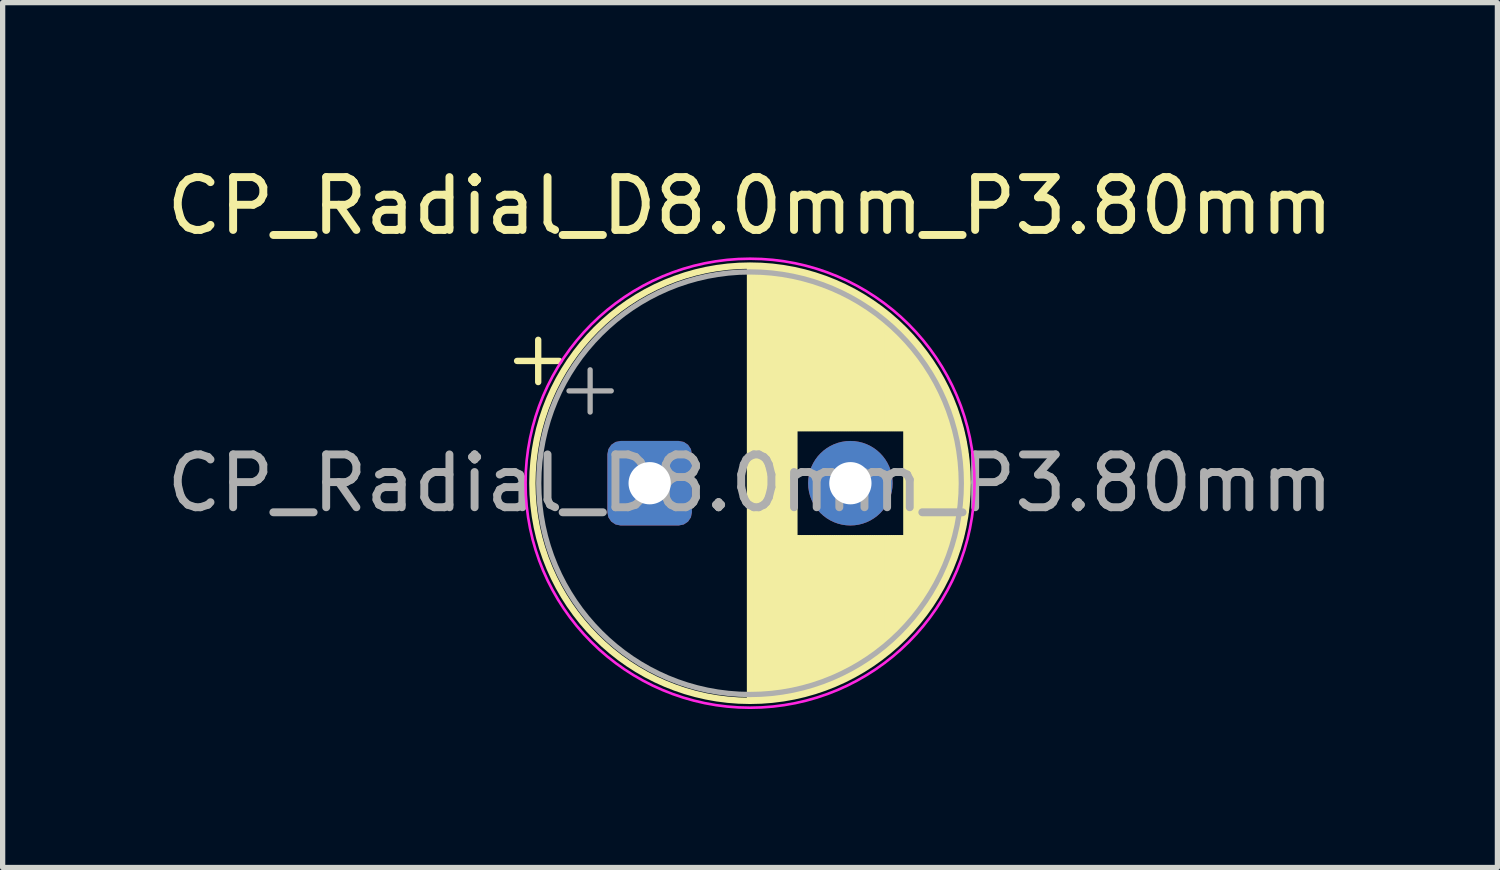
<source format=kicad_pcb>
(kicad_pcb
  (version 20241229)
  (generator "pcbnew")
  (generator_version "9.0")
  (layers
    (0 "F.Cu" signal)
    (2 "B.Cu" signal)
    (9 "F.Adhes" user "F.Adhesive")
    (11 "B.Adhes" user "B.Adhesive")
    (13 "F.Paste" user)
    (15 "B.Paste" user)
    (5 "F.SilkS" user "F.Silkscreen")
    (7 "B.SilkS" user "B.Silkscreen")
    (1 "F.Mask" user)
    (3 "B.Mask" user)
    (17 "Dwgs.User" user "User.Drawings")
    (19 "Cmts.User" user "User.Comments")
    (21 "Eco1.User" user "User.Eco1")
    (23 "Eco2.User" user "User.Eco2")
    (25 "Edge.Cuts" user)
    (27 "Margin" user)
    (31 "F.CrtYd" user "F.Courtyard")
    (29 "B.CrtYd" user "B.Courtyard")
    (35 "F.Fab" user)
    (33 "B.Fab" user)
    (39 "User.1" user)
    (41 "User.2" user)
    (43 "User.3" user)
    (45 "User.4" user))
  (footprint "CP_Radial_D8.0mm_P3.80mm"
    (layer "F.Cu")
    (at 9.249 6.098)
    (property "Reference" "CP_Radial_D8.0mm_P3.80mm" (at 1.9 -5.25 0) (layer "F.SilkS") (effects (font (size 1 1) (thickness 0.15))))
    (attr through_hole)
    (fp_line (start -2.51 -2.315) (end -1.71 -2.315) (stroke (width 0.12) (type solid)) (layer "F.SilkS"))
    (fp_line (start -2.11 -2.715) (end -2.11 -1.915) (stroke (width 0.12) (type solid)) (layer "F.SilkS"))
    (fp_line (start 1.9 -4.08) (end 1.9 4.08) (stroke (width 0.12) (type solid)) (layer "F.SilkS"))
    (fp_line (start 1.94 -4.08) (end 1.94 4.08) (stroke (width 0.12) (type solid)) (layer "F.SilkS"))
    (fp_line (start 1.98 -4.079) (end 1.98 4.079) (stroke (width 0.12) (type solid)) (layer "F.SilkS"))
    (fp_line (start 2.02 -4.078) (end 2.02 4.078) (stroke (width 0.12) (type solid)) (layer "F.SilkS"))
    (fp_line (start 2.06 -4.077) (end 2.06 4.077) (stroke (width 0.12) (type solid)) (layer "F.SilkS"))
    (fp_line (start 2.1 -4.075) (end 2.1 4.075) (stroke (width 0.12) (type solid)) (layer "F.SilkS"))
    (fp_line (start 2.14 -4.073) (end 2.14 4.073) (stroke (width 0.12) (type solid)) (layer "F.SilkS"))
    (fp_line (start 2.18 -4.07) (end 2.18 4.07) (stroke (width 0.12) (type solid)) (layer "F.SilkS"))
    (fp_line (start 2.22 -4.068) (end 2.22 4.068) (stroke (width 0.12) (type solid)) (layer "F.SilkS"))
    (fp_line (start 2.26 -4.064) (end 2.26 4.064) (stroke (width 0.12) (type solid)) (layer "F.SilkS"))
    (fp_line (start 2.3 -4.061) (end 2.3 4.061) (stroke (width 0.12) (type solid)) (layer "F.SilkS"))
    (fp_line (start 2.34 -4.056) (end 2.34 4.056) (stroke (width 0.12) (type solid)) (layer "F.SilkS"))
    (fp_line (start 2.38 -4.052) (end 2.38 4.052) (stroke (width 0.12) (type solid)) (layer "F.SilkS"))
    (fp_line (start 2.42 -4.047) (end 2.42 4.047) (stroke (width 0.12) (type solid)) (layer "F.SilkS"))
    (fp_line (start 2.46 -4.042) (end 2.46 4.042) (stroke (width 0.12) (type solid)) (layer "F.SilkS"))
    (fp_line (start 2.5 -4.036) (end 2.5 4.036) (stroke (width 0.12) (type solid)) (layer "F.SilkS"))
    (fp_line (start 2.54 -4.03) (end 2.54 4.03) (stroke (width 0.12) (type solid)) (layer "F.SilkS"))
    (fp_line (start 2.58 -4.023) (end 2.58 4.023) (stroke (width 0.12) (type solid)) (layer "F.SilkS"))
    (fp_line (start 2.62 -4.017) (end 2.62 4.017) (stroke (width 0.12) (type solid)) (layer "F.SilkS"))
    (fp_line (start 2.66 -4.009) (end 2.66 4.009) (stroke (width 0.12) (type solid)) (layer "F.SilkS"))
    (fp_line (start 2.7 -4.002) (end 2.7 4.002) (stroke (width 0.12) (type solid)) (layer "F.SilkS"))
    (fp_line (start 2.74 -3.993) (end 2.74 3.993) (stroke (width 0.12) (type solid)) (layer "F.SilkS"))
    (fp_line (start 2.78 -3.985) (end 2.78 -1.04) (stroke (width 0.12) (type solid)) (layer "F.SilkS"))
    (fp_line (start 2.78 1.04) (end 2.78 3.985) (stroke (width 0.12) (type solid)) (layer "F.SilkS"))
    (fp_line (start 2.82 -3.976) (end 2.82 -1.04) (stroke (width 0.12) (type solid)) (layer "F.SilkS"))
    (fp_line (start 2.82 1.04) (end 2.82 3.976) (stroke (width 0.12) (type solid)) (layer "F.SilkS"))
    (fp_line (start 2.86 -3.967) (end 2.86 -1.04) (stroke (width 0.12) (type solid)) (layer "F.SilkS"))
    (fp_line (start 2.86 1.04) (end 2.86 3.967) (stroke (width 0.12) (type solid)) (layer "F.SilkS"))
    (fp_line (start 2.9 -3.957) (end 2.9 -1.04) (stroke (width 0.12) (type solid)) (layer "F.SilkS"))
    (fp_line (start 2.9 1.04) (end 2.9 3.957) (stroke (width 0.12) (type solid)) (layer "F.SilkS"))
    (fp_line (start 2.94 -3.947) (end 2.94 -1.04) (stroke (width 0.12) (type solid)) (layer "F.SilkS"))
    (fp_line (start 2.94 1.04) (end 2.94 3.947) (stroke (width 0.12) (type solid)) (layer "F.SilkS"))
    (fp_line (start 2.98 -3.936) (end 2.98 -1.04) (stroke (width 0.12) (type solid)) (layer "F.SilkS"))
    (fp_line (start 2.98 1.04) (end 2.98 3.936) (stroke (width 0.12) (type solid)) (layer "F.SilkS"))
    (fp_line (start 3.02 -3.925) (end 3.02 -1.04) (stroke (width 0.12) (type solid)) (layer "F.SilkS"))
    (fp_line (start 3.02 1.04) (end 3.02 3.925) (stroke (width 0.12) (type solid)) (layer "F.SilkS"))
    (fp_line (start 3.06 -3.913) (end 3.06 -1.04) (stroke (width 0.12) (type solid)) (layer "F.SilkS"))
    (fp_line (start 3.06 1.04) (end 3.06 3.913) (stroke (width 0.12) (type solid)) (layer "F.SilkS"))
    (fp_line (start 3.1 -3.901) (end 3.1 -1.04) (stroke (width 0.12) (type solid)) (layer "F.SilkS"))
    (fp_line (start 3.1 1.04) (end 3.1 3.901) (stroke (width 0.12) (type solid)) (layer "F.SilkS"))
    (fp_line (start 3.14 -3.889) (end 3.14 -1.04) (stroke (width 0.12) (type solid)) (layer "F.SilkS"))
    (fp_line (start 3.14 1.04) (end 3.14 3.889) (stroke (width 0.12) (type solid)) (layer "F.SilkS"))
    (fp_line (start 3.18 -3.876) (end 3.18 -1.04) (stroke (width 0.12) (type solid)) (layer "F.SilkS"))
    (fp_line (start 3.18 1.04) (end 3.18 3.876) (stroke (width 0.12) (type solid)) (layer "F.SilkS"))
    (fp_line (start 3.22 -3.863) (end 3.22 -1.04) (stroke (width 0.12) (type solid)) (layer "F.SilkS"))
    (fp_line (start 3.22 1.04) (end 3.22 3.863) (stroke (width 0.12) (type solid)) (layer "F.SilkS"))
    (fp_line (start 3.26 -3.849) (end 3.26 -1.04) (stroke (width 0.12) (type solid)) (layer "F.SilkS"))
    (fp_line (start 3.26 1.04) (end 3.26 3.849) (stroke (width 0.12) (type solid)) (layer "F.SilkS"))
    (fp_line (start 3.3 -3.835) (end 3.3 -1.04) (stroke (width 0.12) (type solid)) (layer "F.SilkS"))
    (fp_line (start 3.3 1.04) (end 3.3 3.835) (stroke (width 0.12) (type solid)) (layer "F.SilkS"))
    (fp_line (start 3.34 -3.82) (end 3.34 -1.04) (stroke (width 0.12) (type solid)) (layer "F.SilkS"))
    (fp_line (start 3.34 1.04) (end 3.34 3.82) (stroke (width 0.12) (type solid)) (layer "F.SilkS"))
    (fp_line (start 3.38 -3.805) (end 3.38 -1.04) (stroke (width 0.12) (type solid)) (layer "F.SilkS"))
    (fp_line (start 3.38 1.04) (end 3.38 3.805) (stroke (width 0.12) (type solid)) (layer "F.SilkS"))
    (fp_line (start 3.42 -3.789) (end 3.42 -1.04) (stroke (width 0.12) (type solid)) (layer "F.SilkS"))
    (fp_line (start 3.42 1.04) (end 3.42 3.789) (stroke (width 0.12) (type solid)) (layer "F.SilkS"))
    (fp_line (start 3.46 -3.773) (end 3.46 -1.04) (stroke (width 0.12) (type solid)) (layer "F.SilkS"))
    (fp_line (start 3.46 1.04) (end 3.46 3.773) (stroke (width 0.12) (type solid)) (layer "F.SilkS"))
    (fp_line (start 3.5 -3.757) (end 3.5 -1.04) (stroke (width 0.12) (type solid)) (layer "F.SilkS"))
    (fp_line (start 3.5 1.04) (end 3.5 3.757) (stroke (width 0.12) (type solid)) (layer "F.SilkS"))
    (fp_line (start 3.54 -3.74) (end 3.54 -1.04) (stroke (width 0.12) (type solid)) (layer "F.SilkS"))
    (fp_line (start 3.54 1.04) (end 3.54 3.74) (stroke (width 0.12) (type solid)) (layer "F.SilkS"))
    (fp_line (start 3.58 -3.722) (end 3.58 -1.04) (stroke (width 0.12) (type solid)) (layer "F.SilkS"))
    (fp_line (start 3.58 1.04) (end 3.58 3.722) (stroke (width 0.12) (type solid)) (layer "F.SilkS"))
    (fp_line (start 3.62 -3.704) (end 3.62 -1.04) (stroke (width 0.12) (type solid)) (layer "F.SilkS"))
    (fp_line (start 3.62 1.04) (end 3.62 3.704) (stroke (width 0.12) (type solid)) (layer "F.SilkS"))
    (fp_line (start 3.66 -3.685) (end 3.66 -1.04) (stroke (width 0.12) (type solid)) (layer "F.SilkS"))
    (fp_line (start 3.66 1.04) (end 3.66 3.685) (stroke (width 0.12) (type solid)) (layer "F.SilkS"))
    (fp_line (start 3.7 -3.666) (end 3.7 -1.04) (stroke (width 0.12) (type solid)) (layer "F.SilkS"))
    (fp_line (start 3.7 1.04) (end 3.7 3.666) (stroke (width 0.12) (type solid)) (layer "F.SilkS"))
    (fp_line (start 3.74 -3.646) (end 3.74 -1.04) (stroke (width 0.12) (type solid)) (layer "F.SilkS"))
    (fp_line (start 3.74 1.04) (end 3.74 3.646) (stroke (width 0.12) (type solid)) (layer "F.SilkS"))
    (fp_line (start 3.78 -3.626) (end 3.78 -1.04) (stroke (width 0.12) (type solid)) (layer "F.SilkS"))
    (fp_line (start 3.78 1.04) (end 3.78 3.626) (stroke (width 0.12) (type solid)) (layer "F.SilkS"))
    (fp_line (start 3.82 -3.605) (end 3.82 -1.04) (stroke (width 0.12) (type solid)) (layer "F.SilkS"))
    (fp_line (start 3.82 1.04) (end 3.82 3.605) (stroke (width 0.12) (type solid)) (layer "F.SilkS"))
    (fp_line (start 3.86 -3.584) (end 3.86 -1.04) (stroke (width 0.12) (type solid)) (layer "F.SilkS"))
    (fp_line (start 3.86 1.04) (end 3.86 3.584) (stroke (width 0.12) (type solid)) (layer "F.SilkS"))
    (fp_line (start 3.9 -3.562) (end 3.9 -1.04) (stroke (width 0.12) (type solid)) (layer "F.SilkS"))
    (fp_line (start 3.9 1.04) (end 3.9 3.562) (stroke (width 0.12) (type solid)) (layer "F.SilkS"))
    (fp_line (start 3.94 -3.539) (end 3.94 -1.04) (stroke (width 0.12) (type solid)) (layer "F.SilkS"))
    (fp_line (start 3.94 1.04) (end 3.94 3.539) (stroke (width 0.12) (type solid)) (layer "F.SilkS"))
    (fp_line (start 3.98 -3.516) (end 3.98 -1.04) (stroke (width 0.12) (type solid)) (layer "F.SilkS"))
    (fp_line (start 3.98 1.04) (end 3.98 3.516) (stroke (width 0.12) (type solid)) (layer "F.SilkS"))
    (fp_line (start 4.02 -3.493) (end 4.02 -1.04) (stroke (width 0.12) (type solid)) (layer "F.SilkS"))
    (fp_line (start 4.02 1.04) (end 4.02 3.493) (stroke (width 0.12) (type solid)) (layer "F.SilkS"))
    (fp_line (start 4.06 -3.468) (end 4.06 -1.04) (stroke (width 0.12) (type solid)) (layer "F.SilkS"))
    (fp_line (start 4.06 1.04) (end 4.06 3.468) (stroke (width 0.12) (type solid)) (layer "F.SilkS"))
    (fp_line (start 4.1 -3.443) (end 4.1 -1.04) (stroke (width 0.12) (type solid)) (layer "F.SilkS"))
    (fp_line (start 4.1 1.04) (end 4.1 3.443) (stroke (width 0.12) (type solid)) (layer "F.SilkS"))
    (fp_line (start 4.14 -3.418) (end 4.14 -1.04) (stroke (width 0.12) (type solid)) (layer "F.SilkS"))
    (fp_line (start 4.14 1.04) (end 4.14 3.418) (stroke (width 0.12) (type solid)) (layer "F.SilkS"))
    (fp_line (start 4.18 -3.392) (end 4.18 -1.04) (stroke (width 0.12) (type solid)) (layer "F.SilkS"))
    (fp_line (start 4.18 1.04) (end 4.18 3.392) (stroke (width 0.12) (type solid)) (layer "F.SilkS"))
    (fp_line (start 4.22 -3.365) (end 4.22 -1.04) (stroke (width 0.12) (type solid)) (layer "F.SilkS"))
    (fp_line (start 4.22 1.04) (end 4.22 3.365) (stroke (width 0.12) (type solid)) (layer "F.SilkS"))
    (fp_line (start 4.26 -3.337) (end 4.26 -1.04) (stroke (width 0.12) (type solid)) (layer "F.SilkS"))
    (fp_line (start 4.26 1.04) (end 4.26 3.337) (stroke (width 0.12) (type solid)) (layer "F.SilkS"))
    (fp_line (start 4.3 -3.309) (end 4.3 -1.04) (stroke (width 0.12) (type solid)) (layer "F.SilkS"))
    (fp_line (start 4.3 1.04) (end 4.3 3.309) (stroke (width 0.12) (type solid)) (layer "F.SilkS"))
    (fp_line (start 4.34 -3.28) (end 4.34 -1.04) (stroke (width 0.12) (type solid)) (layer "F.SilkS"))
    (fp_line (start 4.34 1.04) (end 4.34 3.28) (stroke (width 0.12) (type solid)) (layer "F.SilkS"))
    (fp_line (start 4.38 -3.25) (end 4.38 -1.04) (stroke (width 0.12) (type solid)) (layer "F.SilkS"))
    (fp_line (start 4.38 1.04) (end 4.38 3.25) (stroke (width 0.12) (type solid)) (layer "F.SilkS"))
    (fp_line (start 4.42 -3.219) (end 4.42 -1.04) (stroke (width 0.12) (type solid)) (layer "F.SilkS"))
    (fp_line (start 4.42 1.04) (end 4.42 3.219) (stroke (width 0.12) (type solid)) (layer "F.SilkS"))
    (fp_line (start 4.46 -3.188) (end 4.46 -1.04) (stroke (width 0.12) (type solid)) (layer "F.SilkS"))
    (fp_line (start 4.46 1.04) (end 4.46 3.188) (stroke (width 0.12) (type solid)) (layer "F.SilkS"))
    (fp_line (start 4.5 -3.156) (end 4.5 -1.04) (stroke (width 0.12) (type solid)) (layer "F.SilkS"))
    (fp_line (start 4.5 1.04) (end 4.5 3.156) (stroke (width 0.12) (type solid)) (layer "F.SilkS"))
    (fp_line (start 4.54 -3.123) (end 4.54 -1.04) (stroke (width 0.12) (type solid)) (layer "F.SilkS"))
    (fp_line (start 4.54 1.04) (end 4.54 3.123) (stroke (width 0.12) (type solid)) (layer "F.SilkS"))
    (fp_line (start 4.58 -3.089) (end 4.58 -1.04) (stroke (width 0.12) (type solid)) (layer "F.SilkS"))
    (fp_line (start 4.58 1.04) (end 4.58 3.089) (stroke (width 0.12) (type solid)) (layer "F.SilkS"))
    (fp_line (start 4.62 -3.055) (end 4.62 -1.04) (stroke (width 0.12) (type solid)) (layer "F.SilkS"))
    (fp_line (start 4.62 1.04) (end 4.62 3.055) (stroke (width 0.12) (type solid)) (layer "F.SilkS"))
    (fp_line (start 4.66 -3.019) (end 4.66 -1.04) (stroke (width 0.12) (type solid)) (layer "F.SilkS"))
    (fp_line (start 4.66 1.04) (end 4.66 3.019) (stroke (width 0.12) (type solid)) (layer "F.SilkS"))
    (fp_line (start 4.7 -2.982) (end 4.7 -1.04) (stroke (width 0.12) (type solid)) (layer "F.SilkS"))
    (fp_line (start 4.7 1.04) (end 4.7 2.982) (stroke (width 0.12) (type solid)) (layer "F.SilkS"))
    (fp_line (start 4.74 -2.945) (end 4.74 -1.04) (stroke (width 0.12) (type solid)) (layer "F.SilkS"))
    (fp_line (start 4.74 1.04) (end 4.74 2.945) (stroke (width 0.12) (type solid)) (layer "F.SilkS"))
    (fp_line (start 4.78 -2.906) (end 4.78 -1.04) (stroke (width 0.12) (type solid)) (layer "F.SilkS"))
    (fp_line (start 4.78 1.04) (end 4.78 2.906) (stroke (width 0.12) (type solid)) (layer "F.SilkS"))
    (fp_line (start 4.82 -2.867) (end 4.82 -1.04) (stroke (width 0.12) (type solid)) (layer "F.SilkS"))
    (fp_line (start 4.82 1.04) (end 4.82 2.867) (stroke (width 0.12) (type solid)) (layer "F.SilkS"))
    (fp_line (start 4.86 -2.826) (end 4.86 2.826) (stroke (width 0.12) (type solid)) (layer "F.SilkS"))
    (fp_line (start 4.9 -2.784) (end 4.9 2.784) (stroke (width 0.12) (type solid)) (layer "F.SilkS"))
    (fp_line (start 4.94 -2.741) (end 4.94 2.741) (stroke (width 0.12) (type solid)) (layer "F.SilkS"))
    (fp_line (start 4.98 -2.696) (end 4.98 2.696) (stroke (width 0.12) (type solid)) (layer "F.SilkS"))
    (fp_line (start 5.02 -2.651) (end 5.02 2.651) (stroke (width 0.12) (type solid)) (layer "F.SilkS"))
    (fp_line (start 5.06 -2.604) (end 5.06 2.604) (stroke (width 0.12) (type solid)) (layer "F.SilkS"))
    (fp_line (start 5.1 -2.555) (end 5.1 2.555) (stroke (width 0.12) (type solid)) (layer "F.SilkS"))
    (fp_line (start 5.14 -2.505) (end 5.14 2.505) (stroke (width 0.12) (type solid)) (layer "F.SilkS"))
    (fp_line (start 5.18 -2.453) (end 5.18 2.453) (stroke (width 0.12) (type solid)) (layer "F.SilkS"))
    (fp_line (start 5.22 -2.4) (end 5.22 2.4) (stroke (width 0.12) (type solid)) (layer "F.SilkS"))
    (fp_line (start 5.26 -2.344) (end 5.26 2.344) (stroke (width 0.12) (type solid)) (layer "F.SilkS"))
    (fp_line (start 5.3 -2.287) (end 5.3 2.287) (stroke (width 0.12) (type solid)) (layer "F.SilkS"))
    (fp_line (start 5.34 -2.227) (end 5.34 2.227) (stroke (width 0.12) (type solid)) (layer "F.SilkS"))
    (fp_line (start 5.38 -2.165) (end 5.38 2.165) (stroke (width 0.12) (type solid)) (layer "F.SilkS"))
    (fp_line (start 5.42 -2.101) (end 5.42 2.101) (stroke (width 0.12) (type solid)) (layer "F.SilkS"))
    (fp_line (start 5.46 -2.034) (end 5.46 2.034) (stroke (width 0.12) (type solid)) (layer "F.SilkS"))
    (fp_line (start 5.5 -1.964) (end 5.5 1.964) (stroke (width 0.12) (type solid)) (layer "F.SilkS"))
    (fp_line (start 5.54 -1.89) (end 5.54 1.89) (stroke (width 0.12) (type solid)) (layer "F.SilkS"))
    (fp_line (start 5.58 -1.813) (end 5.58 1.813) (stroke (width 0.12) (type solid)) (layer "F.SilkS"))
    (fp_line (start 5.62 -1.731) (end 5.62 1.731) (stroke (width 0.12) (type solid)) (layer "F.SilkS"))
    (fp_line (start 5.66 -1.644) (end 5.66 1.644) (stroke (width 0.12) (type solid)) (layer "F.SilkS"))
    (fp_line (start 5.7 -1.552) (end 5.7 1.552) (stroke (width 0.12) (type solid)) (layer "F.SilkS"))
    (fp_line (start 5.74 -1.453) (end 5.74 1.453) (stroke (width 0.12) (type solid)) (layer "F.SilkS"))
    (fp_line (start 5.78 -1.346) (end 5.78 1.346) (stroke (width 0.12) (type solid)) (layer "F.SilkS"))
    (fp_line (start 5.82 -1.228) (end 5.82 1.228) (stroke (width 0.12) (type solid)) (layer "F.SilkS"))
    (fp_line (start 5.86 -1.097) (end 5.86 1.097) (stroke (width 0.12) (type solid)) (layer "F.SilkS"))
    (fp_line (start 5.9 -0.947) (end 5.9 0.947) (stroke (width 0.12) (type solid)) (layer "F.SilkS"))
    (fp_line (start 5.94 -0.768) (end 5.94 0.768) (stroke (width 0.12) (type solid)) (layer "F.SilkS"))
    (fp_line (start 5.98 -0.533) (end 5.98 0.533) (stroke (width 0.12) (type solid)) (layer "F.SilkS"))
    (fp_circle (center 1.9 0) (end 6.02 0) (stroke (width 0.12) (type solid)) (fill no) (layer "F.SilkS"))
    (fp_circle (center 1.9 0) (end 6.15 0) (stroke (width 0.05) (type solid)) (fill no) (layer "F.CrtYd"))
    (fp_line (start -1.527 -1.748) (end -0.727 -1.748) (stroke (width 0.1) (type solid)) (layer "F.Fab"))
    (fp_line (start -1.127 -2.147) (end -1.127 -1.347) (stroke (width 0.1) (type solid)) (layer "F.Fab"))
    (fp_circle (center 1.9 0) (end 5.9 0) (stroke (width 0.1) (type solid)) (fill no) (layer "F.Fab"))
    (fp_text user "${REFERENCE}" (at 1.9 0 0) (layer "F.Fab") (effects (font (size 1 1) (thickness 0.15))))
    (pad "1" thru_hole roundrect (at 0 0) (size 1.6 1.6) (drill 0.8) (layers "*.Cu" "*.Mask") (roundrect_rratio 0.156))
    (pad "2" thru_hole circle (at 3.8 0) (size 1.6 1.6) (drill 0.8) (layers "*.Cu" "*.Mask")))
  (gr_rect
    (start -3 -3)
    (end 25.298 13.373)
    (stroke (width 0.1) (type default))
    (fill no)
    (layer "Edge.Cuts")))
</source>
